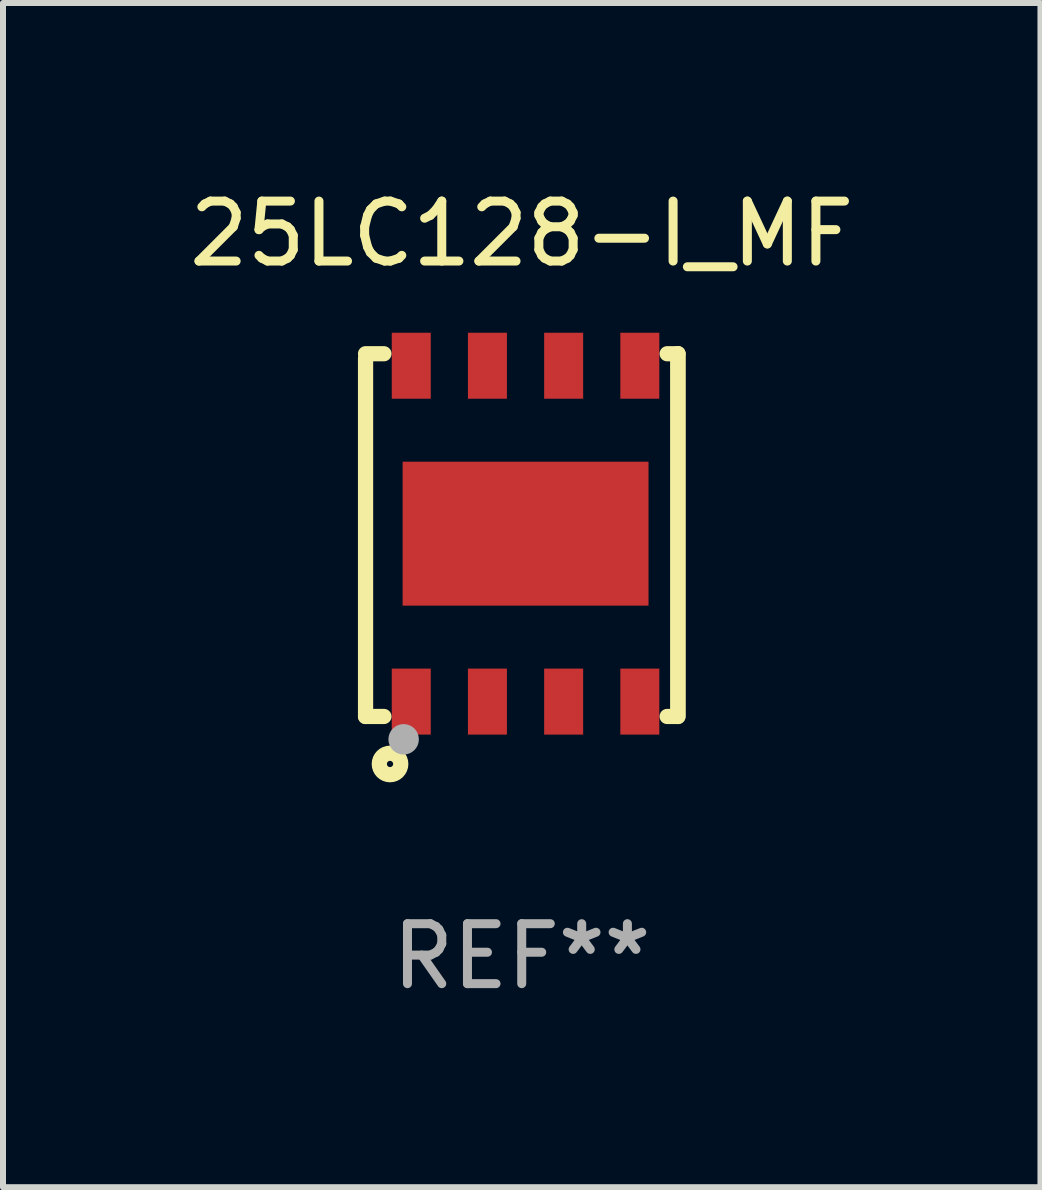
<source format=kicad_pcb>
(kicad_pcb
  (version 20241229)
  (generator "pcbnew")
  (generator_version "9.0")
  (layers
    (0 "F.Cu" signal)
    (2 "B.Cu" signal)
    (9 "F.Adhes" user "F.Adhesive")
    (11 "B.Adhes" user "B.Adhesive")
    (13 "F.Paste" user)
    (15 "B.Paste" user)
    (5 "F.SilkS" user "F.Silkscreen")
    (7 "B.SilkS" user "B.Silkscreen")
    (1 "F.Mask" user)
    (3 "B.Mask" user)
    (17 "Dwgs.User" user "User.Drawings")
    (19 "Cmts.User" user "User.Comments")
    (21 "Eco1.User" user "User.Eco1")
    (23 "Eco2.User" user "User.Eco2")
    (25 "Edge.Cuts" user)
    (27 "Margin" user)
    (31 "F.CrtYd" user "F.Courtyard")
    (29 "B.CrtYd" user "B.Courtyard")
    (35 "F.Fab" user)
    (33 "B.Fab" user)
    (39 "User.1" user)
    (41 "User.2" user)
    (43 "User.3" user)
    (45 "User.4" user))
  (footprint "25LC128-I_MF"
    (layer "F.Cu")
    (at 5.649 5.872)
    (property "Reference" "25LC128-I_MF" (at 0 -5.024 0) (layer "F.SilkS") (effects (font (size 1 1) (thickness 0.15))))
    (attr through_hole)
    (fp_line (start -2.604 -2.945) (end -2.604 3.024) (stroke (width 0.254) (type solid)) (layer "F.SilkS"))
    (fp_line (start -2.604 3.024) (end -2.298 3.024) (stroke (width 0.254) (type solid)) (layer "F.SilkS"))
    (fp_line (start -2.298 -3.024) (end -2.604 -3.024) (stroke (width 0.254) (type solid)) (layer "F.SilkS"))
    (fp_line (start 2.425 3.024) (end 2.604 3.024) (stroke (width 0.254) (type solid)) (layer "F.SilkS"))
    (fp_line (start 2.604 -3.024) (end 2.425 -3.024) (stroke (width 0.254) (type solid)) (layer "F.SilkS"))
    (fp_line (start 2.604 -3.024) (end 2.604 2.976) (stroke (width 0.254) (type solid)) (layer "F.SilkS"))
    (fp_line (start 2.604 3.024) (end 2.604 -3.024) (stroke (width 0.254) (type solid)) (layer "F.SilkS"))
    (fp_circle (center -2.437 2.976) (end -2.407 2.976) (stroke (width 0.06) (type solid)) (fill no) (layer "F.SilkS"))
    (fp_circle (center -2.196 3.816) (end -2.017 3.816) (stroke (width 0.254) (type solid)) (fill no) (layer "F.SilkS"))
    (fp_circle (center -1.969 3.405) (end -1.842 3.405) (stroke (width 0.254) (type solid)) (fill no) (layer "F.Fab"))
    (fp_text user "REF**" (at 0 7.024 0) (layer "F.Fab") (effects (font (size 1 1) (thickness 0.15))))
    (pad "1" smd rect (at -1.842 2.776) (size 0.65 1.1) (layers "F.Cu" "F.Mask" "F.Paste"))
    (pad "2" smd rect (at -0.572 2.776) (size 0.65 1.1) (layers "F.Cu" "F.Mask" "F.Paste"))
    (pad "3" smd rect (at 0.699 2.776) (size 0.65 1.1) (layers "F.Cu" "F.Mask" "F.Paste"))
    (pad "4" smd rect (at 1.969 2.776) (size 0.65 1.1) (layers "F.Cu" "F.Mask" "F.Paste"))
    (pad "5" smd rect (at 1.969 -2.824) (size 0.65 1.1) (layers "F.Cu" "F.Mask" "F.Paste"))
    (pad "6" smd rect (at 0.699 -2.824) (size 0.65 1.1) (layers "F.Cu" "F.Mask" "F.Paste"))
    (pad "7" smd rect (at -0.572 -2.824) (size 0.65 1.1) (layers "F.Cu" "F.Mask" "F.Paste"))
    (pad "8" smd rect (at -1.842 -2.824) (size 0.65 1.1) (layers "F.Cu" "F.Mask" "F.Paste"))
    (pad "9" smd rect (at 0.064 -0.024) (size 4.1 2.4) (layers "F.Cu" "F.Mask" "F.Paste")))
  (gr_rect
    (start -3 -3)
    (end 14.298 16.745)
    (stroke (width 0.1) (type default))
    (fill no)
    (layer "Edge.Cuts")))
</source>
